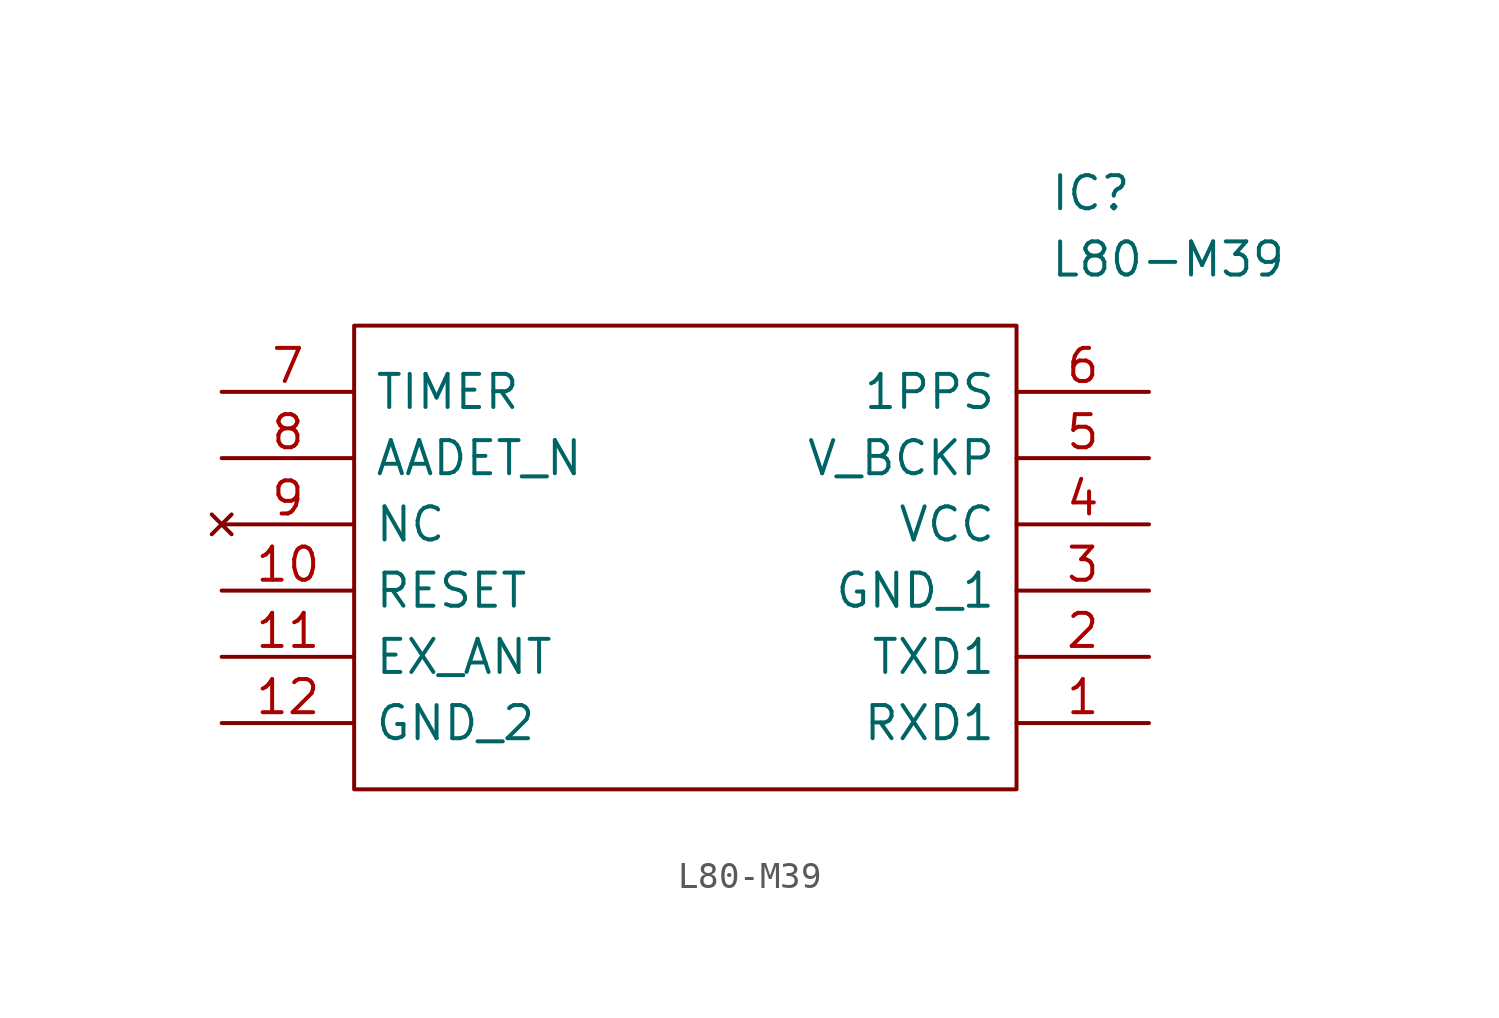
<source format=kicad_sym>
(kicad_symbol_lib
  (version 20211014)
  (generator kicad_symbol_editor)
  (symbol "L80-M39"
    (pin_names
      (offset 0.762))
    (property "Reference" "IC"
      (at 31.75 7.62 0)
      (effects (font (size 1.27 1.27)) (justify left)))
    (property "Value" "L80-M39"
      (at 31.75 5.08 0)
      (effects (font (size 1.27 1.27)) (justify left)))
    (symbol "L80-M39_0_0"
      (pin passive line (at 35.56 -12.7 180) (length 5.08) (name "RXD1" (effects (font (size 1.27 1.27)))) (number "1" (effects (font (size 1.27 1.27)))))
      (pin passive line (at 0 -7.62 0) (length 5.08) (name "RESET" (effects (font (size 1.27 1.27)))) (number "10" (effects (font (size 1.27 1.27)))))
      (pin passive line (at 0 -10.16 0) (length 5.08) (name "EX_ANT" (effects (font (size 1.27 1.27)))) (number "11" (effects (font (size 1.27 1.27)))))
      (pin passive line (at 0 -12.7 0) (length 5.08) (name "GND_2" (effects (font (size 1.27 1.27)))) (number "12" (effects (font (size 1.27 1.27)))))
      (pin passive line (at 35.56 -10.16 180) (length 5.08) (name "TXD1" (effects (font (size 1.27 1.27)))) (number "2" (effects (font (size 1.27 1.27)))))
      (pin passive line (at 35.56 -7.62 180) (length 5.08) (name "GND_1" (effects (font (size 1.27 1.27)))) (number "3" (effects (font (size 1.27 1.27)))))
      (pin passive line (at 35.56 -5.08 180) (length 5.08) (name "VCC" (effects (font (size 1.27 1.27)))) (number "4" (effects (font (size 1.27 1.27)))))
      (pin passive line (at 35.56 -2.54 180) (length 5.08) (name "V_BCKP" (effects (font (size 1.27 1.27)))) (number "5" (effects (font (size 1.27 1.27)))))
      (pin passive line (at 35.56 0 180) (length 5.08) (name "1PPS" (effects (font (size 1.27 1.27)))) (number "6" (effects (font (size 1.27 1.27)))))
      (pin passive line (at 0 0 0) (length 5.08) (name "TIMER" (effects (font (size 1.27 1.27)))) (number "7" (effects (font (size 1.27 1.27)))))
      (pin passive line (at 0 -2.54 0) (length 5.08) (name "AADET_N" (effects (font (size 1.27 1.27)))) (number "8" (effects (font (size 1.27 1.27)))))
      (pin no_connect line (at 0 -5.08 0) (length 5.08) (name "NC" (effects (font (size 1.27 1.27)))) (number "9" (effects (font (size 1.27 1.27))))))
    (symbol "L80-M39_0_1"
      (polyline (pts (xy 5.08 2.54) (xy 30.48 2.54) (xy 30.48 -15.24) (xy 5.08 -15.24) (xy 5.08 2.54)) (stroke (width 0.152) (type default) (color 0 0 0 0)) (fill (type none))))))
</source>
